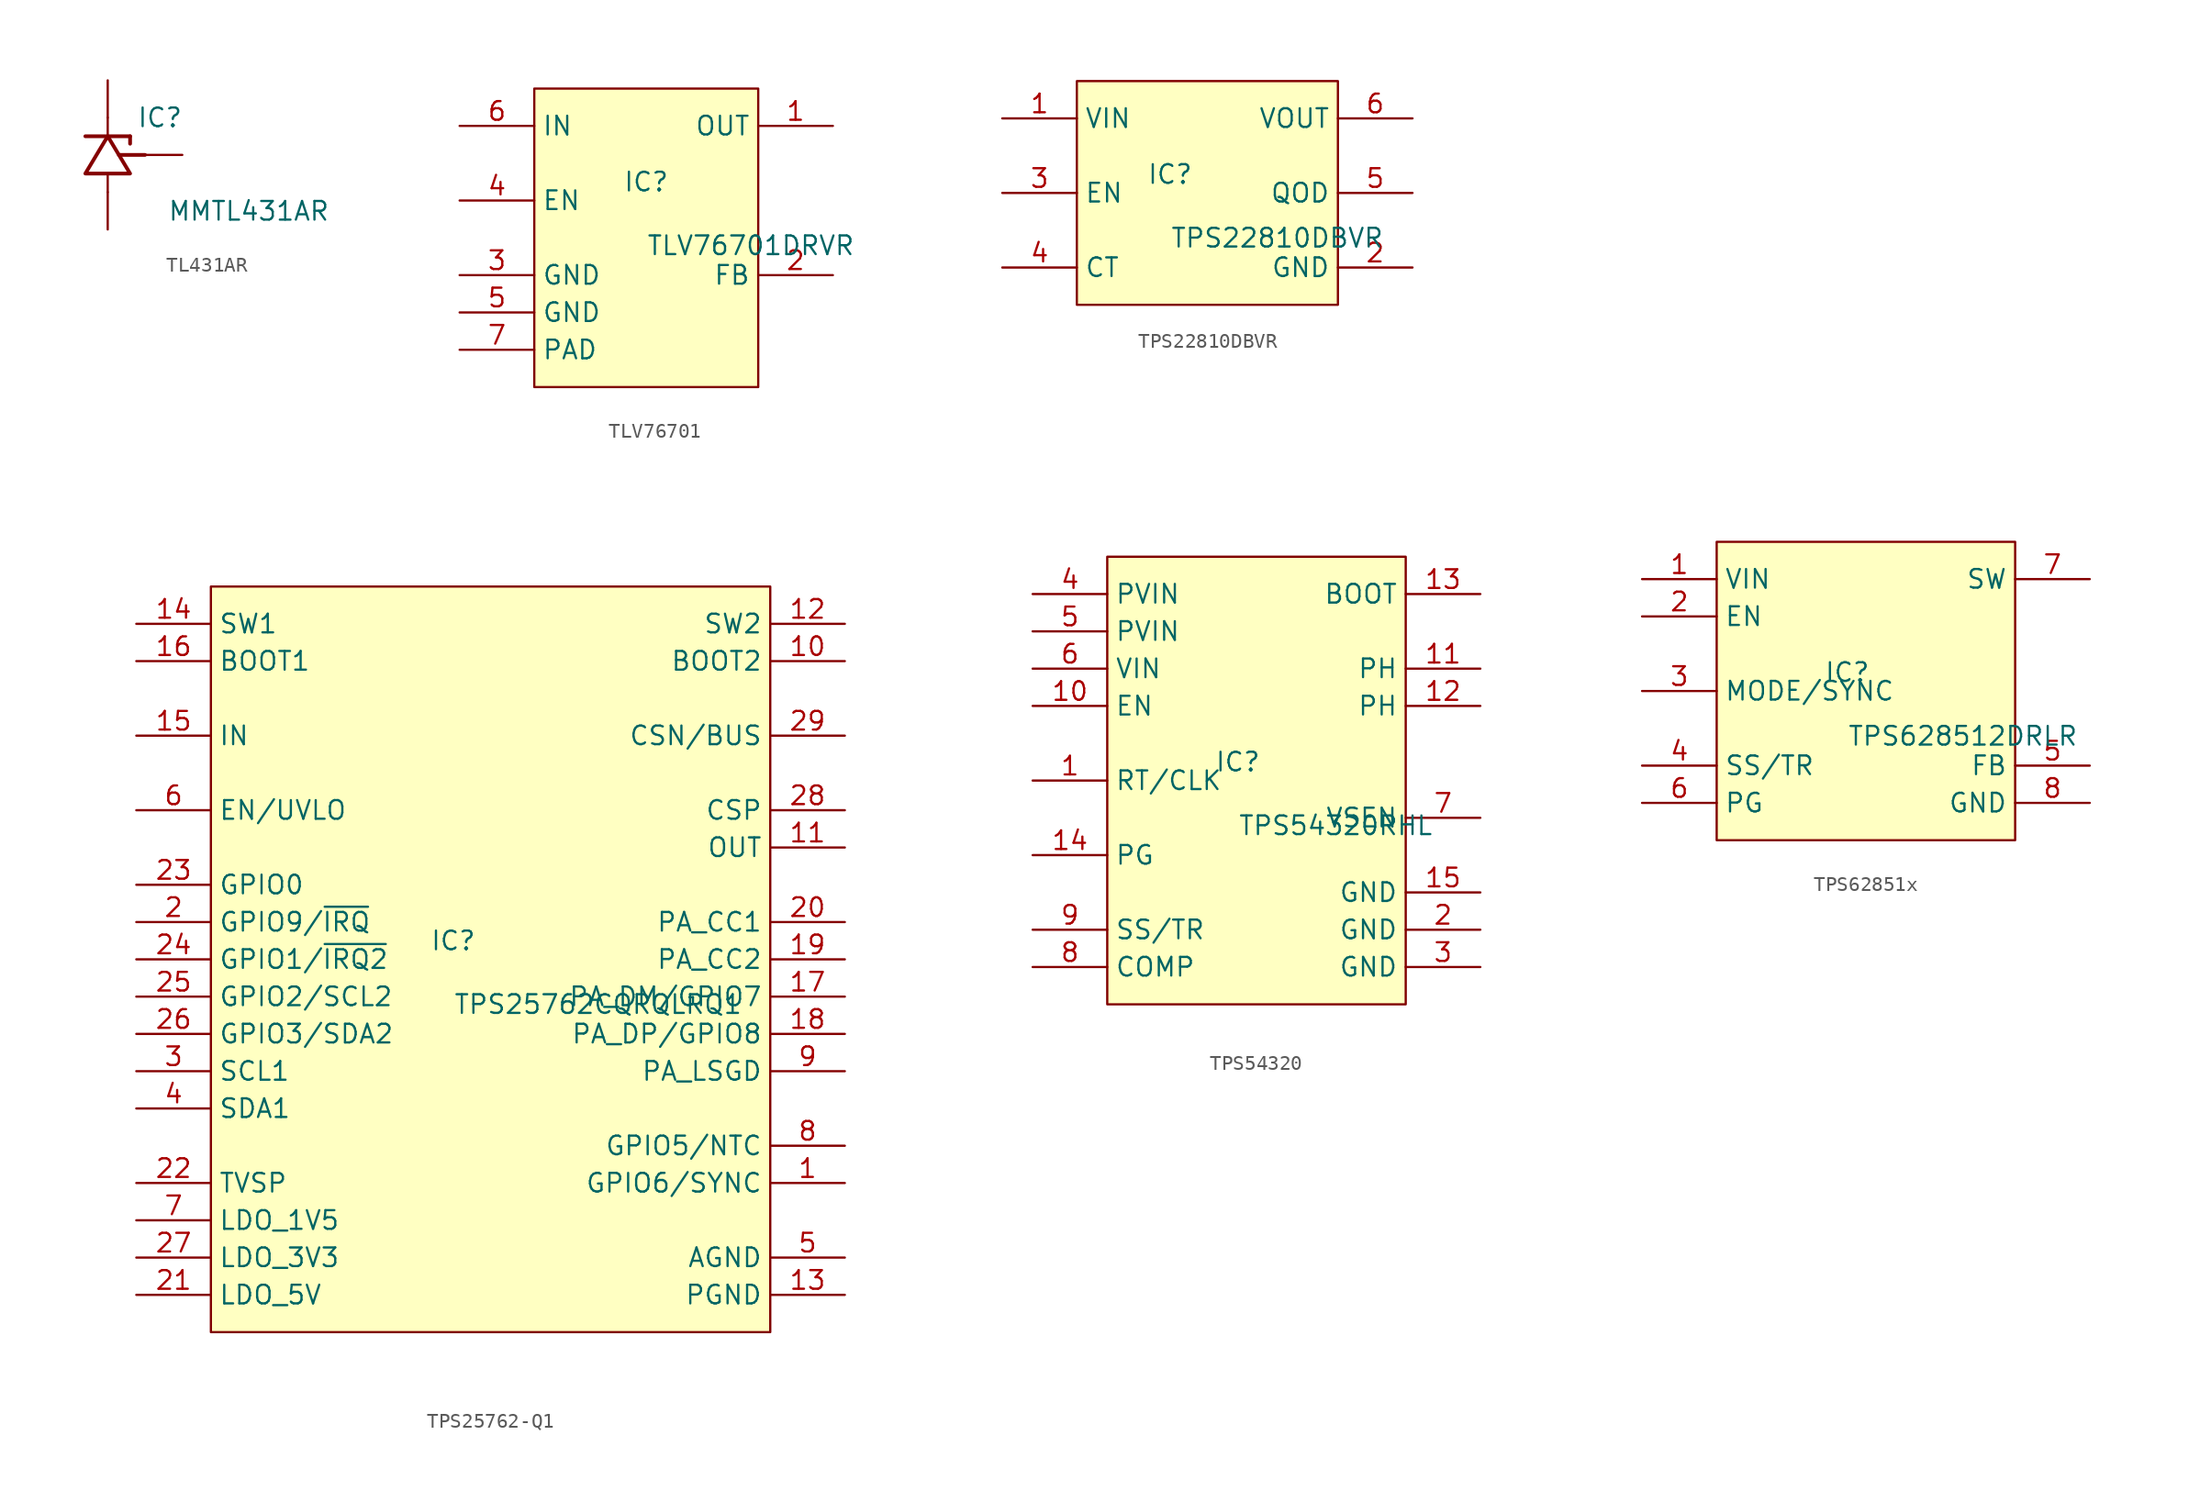
<source format=kicad_sym>
(kicad_symbol_lib
  (version 20231120)
  (generator "kicad_symbol_editor")
  (generator_version "8.0")
  (symbol "TL431AR"
    (property "Reference" "IC"
      (at 3.556 2.54 0)
      (effects (font (size 1.27 1.27))))
    (property "Value" "MMTL431AR"
      (at 4.064 -4.572 0)
      (effects (font (size 1.27 1.27)) (justify left bottom)))
    (symbol "TL431AR_1_0"
      (polyline (pts (xy -1.524 1.27) (xy 1.524 1.27)) (stroke (width 0.254) (type solid)) (fill (type none)))
      (polyline (pts (xy 0 -2.54) (xy 0 -1.27)) (stroke (width 0) (type solid)) (fill (type none)))
      (polyline (pts (xy 0 2.54) (xy 0 1.27)) (stroke (width 0) (type solid)) (fill (type none)))
      (polyline (pts (xy 1.524 1.27) (xy 1.524 0.762)) (stroke (width 0.254) (type solid)) (fill (type none)))
      (polyline (pts (xy 2.54 0) (xy 0.762 0)) (stroke (width 0.254) (type solid)) (fill (type none)))
      (polyline (pts (xy 1.524 -1.27) (xy -1.524 -1.27) (xy 0 1.27) (xy 1.524 -1.27)) (stroke (width 0.254) (type solid)) (fill (type none)))
      (pin passive line (at 0 5.08 270) (length 2.54) (name "K" (effects (font (size 0 0)))) (number "1" (effects (font (size 0 0)))))
      (pin passive line (at 5.08 0 180) (length 2.54) (name "R" (effects (font (size 0 0)))) (number "2" (effects (font (size 0 0)))))
      (pin passive line (at 0 -5.08 90) (length 2.54) (name "A" (effects (font (size 0 0)))) (number "3" (effects (font (size 0 0)))))))
  (symbol "TLV76701"
    (property "Reference" "IC"
      (at -1.27 1.27 0)
      (effects (font (size 1.27 1.27))))
    (property "Value" "TLV76701DRVR"
      (at -1.27 -3.81 0)
      (effects (font (size 1.27 1.27)) (justify left bottom)))
    (symbol "TLV76701_1_0"
      (rectangle (start -8.89 7.62) (end 6.35 -12.7) (stroke (width 0) (type solid) (color 128 0 0 1)) (fill (type background)))
      (pin passive line (at 11.43 5.08 180) (length 5.08) (name "OUT" (effects (font (size 1.27 1.27)))) (number "1" (effects (font (size 1.27 1.27)))))
      (pin passive line (at 11.43 -5.08 180) (length 5.08) (name "FB" (effects (font (size 1.27 1.27)))) (number "2" (effects (font (size 1.27 1.27)))))
      (pin passive line (at -13.97 -5.08 0) (length 5.08) (name "GND" (effects (font (size 1.27 1.27)))) (number "3" (effects (font (size 1.27 1.27)))))
      (pin input line (at -13.97 0 0) (length 5.08) (name "EN" (effects (font (size 1.27 1.27)))) (number "4" (effects (font (size 1.27 1.27)))))
      (pin passive line (at -13.97 -7.62 0) (length 5.08) (name "GND" (effects (font (size 1.27 1.27)))) (number "5" (effects (font (size 1.27 1.27)))))
      (pin passive line (at -13.97 5.08 0) (length 5.08) (name "IN" (effects (font (size 1.27 1.27)))) (number "6" (effects (font (size 1.27 1.27)))))
      (pin passive line (at -13.97 -10.16 0) (length 5.08) (name "PAD" (effects (font (size 1.27 1.27)))) (number "7" (effects (font (size 1.27 1.27)))))))
  (symbol "TPS22810DBVR"
    (property "Reference" "IC"
      (at -1.27 1.27 0)
      (effects (font (size 1.27 1.27))))
    (property "Value" "TPS22810DBVR"
      (at -1.27 -3.81 0)
      (effects (font (size 1.27 1.27)) (justify left bottom)))
    (symbol "TPS22810DBVR_1_0"
      (rectangle (start -7.62 7.62) (end 10.16 -7.62) (stroke (width 0) (type solid) (color 128 0 0 1)) (fill (type background)))
      (pin passive line (at -12.7 5.08 0) (length 5.08) (name "VIN" (effects (font (size 1.27 1.27)))) (number "1" (effects (font (size 1.27 1.27)))))
      (pin passive line (at 15.24 -5.08 180) (length 5.08) (name "GND" (effects (font (size 1.27 1.27)))) (number "2" (effects (font (size 1.27 1.27)))))
      (pin passive line (at -12.7 0 0) (length 5.08) (name "EN" (effects (font (size 1.27 1.27)))) (number "3" (effects (font (size 1.27 1.27)))))
      (pin passive line (at -12.7 -5.08 0) (length 5.08) (name "CT" (effects (font (size 1.27 1.27)))) (number "4" (effects (font (size 1.27 1.27)))))
      (pin passive line (at 15.24 0 180) (length 5.08) (name "QOD" (effects (font (size 1.27 1.27)))) (number "5" (effects (font (size 1.27 1.27)))))
      (pin passive line (at 15.24 5.08 180) (length 5.08) (name "VOUT" (effects (font (size 1.27 1.27)))) (number "6" (effects (font (size 1.27 1.27)))))))
  (symbol "TPS25762-Q1"
    (property "Reference" "IC"
      (at -1.27 1.27 0)
      (effects (font (size 1.27 1.27))))
    (property "Value" "TPS25762CQRQLRQ1"
      (at -1.27 -3.81 0)
      (effects (font (size 1.27 1.27)) (justify left bottom)))
    (symbol "TPS25762-Q1_1_0"
      (rectangle (start -17.78 25.4) (end 20.32 -25.4) (stroke (width 0) (type solid) (color 128 0 0 1)) (fill (type background)))
      (pin bidirectional line (at 25.4 -15.24 180) (length 5.08) (name "GPIO6/SYNC" (effects (font (size 1.27 1.27)))) (number "1" (effects (font (size 1.27 1.27)))))
      (pin passive line (at 25.4 20.32 180) (length 5.08) (name "BOOT2" (effects (font (size 1.27 1.27)))) (number "10" (effects (font (size 1.27 1.27)))))
      (pin passive line (at 25.4 7.62 180) (length 5.08) (name "OUT" (effects (font (size 1.27 1.27)))) (number "11" (effects (font (size 1.27 1.27)))))
      (pin passive line (at 25.4 22.86 180) (length 5.08) (name "SW2" (effects (font (size 1.27 1.27)))) (number "12" (effects (font (size 1.27 1.27)))))
      (pin passive line (at 25.4 -22.86 180) (length 5.08) (name "PGND" (effects (font (size 1.27 1.27)))) (number "13" (effects (font (size 1.27 1.27)))))
      (pin passive line (at -22.86 22.86 0) (length 5.08) (name "SW1" (effects (font (size 1.27 1.27)))) (number "14" (effects (font (size 1.27 1.27)))))
      (pin passive line (at -22.86 15.24 0) (length 5.08) (name "IN" (effects (font (size 1.27 1.27)))) (number "15" (effects (font (size 1.27 1.27)))))
      (pin passive line (at -22.86 20.32 0) (length 5.08) (name "BOOT1" (effects (font (size 1.27 1.27)))) (number "16" (effects (font (size 1.27 1.27)))))
      (pin bidirectional line (at 25.4 -2.54 180) (length 5.08) (name "PA_DM/GPIO7" (effects (font (size 1.27 1.27)))) (number "17" (effects (font (size 1.27 1.27)))))
      (pin bidirectional line (at 25.4 -5.08 180) (length 5.08) (name "PA_DP/GPIO8" (effects (font (size 1.27 1.27)))) (number "18" (effects (font (size 1.27 1.27)))))
      (pin passive line (at 25.4 0 180) (length 5.08) (name "PA_CC2" (effects (font (size 1.27 1.27)))) (number "19" (effects (font (size 1.27 1.27)))))
      (pin bidirectional line (at -22.86 2.54 0) (length 5.08) (name "GPIO9/~{IRQ}" (effects (font (size 1.27 1.27)))) (number "2" (effects (font (size 1.27 1.27)))))
      (pin passive line (at 25.4 2.54 180) (length 5.08) (name "PA_CC1" (effects (font (size 1.27 1.27)))) (number "20" (effects (font (size 1.27 1.27)))))
      (pin passive line (at -22.86 -22.86 0) (length 5.08) (name "LDO_5V" (effects (font (size 1.27 1.27)))) (number "21" (effects (font (size 1.27 1.27)))))
      (pin passive line (at -22.86 -15.24 0) (length 5.08) (name "TVSP" (effects (font (size 1.27 1.27)))) (number "22" (effects (font (size 1.27 1.27)))))
      (pin bidirectional line (at -22.86 5.08 0) (length 5.08) (name "GPIO0" (effects (font (size 1.27 1.27)))) (number "23" (effects (font (size 1.27 1.27)))))
      (pin bidirectional line (at -22.86 0 0) (length 5.08) (name "GPIO1/~{IRQ2}" (effects (font (size 1.27 1.27)))) (number "24" (effects (font (size 1.27 1.27)))))
      (pin bidirectional line (at -22.86 -2.54 0) (length 5.08) (name "GPIO2/SCL2" (effects (font (size 1.27 1.27)))) (number "25" (effects (font (size 1.27 1.27)))))
      (pin bidirectional line (at -22.86 -5.08 0) (length 5.08) (name "GPIO3/SDA2" (effects (font (size 1.27 1.27)))) (number "26" (effects (font (size 1.27 1.27)))))
      (pin passive line (at -22.86 -20.32 0) (length 5.08) (name "LDO_3V3" (effects (font (size 1.27 1.27)))) (number "27" (effects (font (size 1.27 1.27)))))
      (pin passive line (at 25.4 10.16 180) (length 5.08) (name "CSP" (effects (font (size 1.27 1.27)))) (number "28" (effects (font (size 1.27 1.27)))))
      (pin passive line (at 25.4 15.24 180) (length 5.08) (name "CSN/BUS" (effects (font (size 1.27 1.27)))) (number "29" (effects (font (size 1.27 1.27)))))
      (pin bidirectional line (at -22.86 -7.62 0) (length 5.08) (name "SCL1" (effects (font (size 1.27 1.27)))) (number "3" (effects (font (size 1.27 1.27)))))
      (pin bidirectional line (at -22.86 -10.16 0) (length 5.08) (name "SDA1" (effects (font (size 1.27 1.27)))) (number "4" (effects (font (size 1.27 1.27)))))
      (pin passive line (at 25.4 -20.32 180) (length 5.08) (name "AGND" (effects (font (size 1.27 1.27)))) (number "5" (effects (font (size 1.27 1.27)))))
      (pin input line (at -22.86 10.16 0) (length 5.08) (name "EN/UVLO" (effects (font (size 1.27 1.27)))) (number "6" (effects (font (size 1.27 1.27)))))
      (pin passive line (at -22.86 -17.78 0) (length 5.08) (name "LDO_1V5" (effects (font (size 1.27 1.27)))) (number "7" (effects (font (size 1.27 1.27)))))
      (pin bidirectional line (at 25.4 -12.7 180) (length 5.08) (name "GPIO5/NTC" (effects (font (size 1.27 1.27)))) (number "8" (effects (font (size 1.27 1.27)))))
      (pin passive line (at 25.4 -7.62 180) (length 5.08) (name "PA_LSGD" (effects (font (size 1.27 1.27)))) (number "9" (effects (font (size 1.27 1.27)))))))
  (symbol "TPS54320"
    (property "Reference" "IC"
      (at -1.27 1.27 0)
      (effects (font (size 1.27 1.27))))
    (property "Value" "TPS54320RHL"
      (at -1.27 -3.81 0)
      (effects (font (size 1.27 1.27)) (justify left bottom)))
    (symbol "TPS54320_1_0"
      (rectangle (start -10.16 15.24) (end 10.16 -15.24) (stroke (width 0) (type solid) (color 128 0 0 1)) (fill (type background)))
      (pin passive line (at -15.24 0 0) (length 5.08) (name "RT/CLK" (effects (font (size 1.27 1.27)))) (number "1" (effects (font (size 1.27 1.27)))))
      (pin passive line (at -15.24 5.08 0) (length 5.08) (name "EN" (effects (font (size 1.27 1.27)))) (number "10" (effects (font (size 1.27 1.27)))))
      (pin passive line (at 15.24 7.62 180) (length 5.08) (name "PH" (effects (font (size 1.27 1.27)))) (number "11" (effects (font (size 1.27 1.27)))))
      (pin passive line (at 15.24 5.08 180) (length 5.08) (name "PH" (effects (font (size 1.27 1.27)))) (number "12" (effects (font (size 1.27 1.27)))))
      (pin passive line (at 15.24 12.7 180) (length 5.08) (name "BOOT" (effects (font (size 1.27 1.27)))) (number "13" (effects (font (size 1.27 1.27)))))
      (pin output line (at -15.24 -5.08 0) (length 5.08) (name "PG" (effects (font (size 1.27 1.27)))) (number "14" (effects (font (size 1.27 1.27)))))
      (pin passive line (at 15.24 -7.62 180) (length 5.08) (name "GND" (effects (font (size 1.27 1.27)))) (number "15" (effects (font (size 1.27 1.27)))))
      (pin passive line (at 15.24 -10.16 180) (length 5.08) (name "GND" (effects (font (size 1.27 1.27)))) (number "2" (effects (font (size 1.27 1.27)))))
      (pin passive line (at 15.24 -12.7 180) (length 5.08) (name "GND" (effects (font (size 1.27 1.27)))) (number "3" (effects (font (size 1.27 1.27)))))
      (pin passive line (at -15.24 12.7 0) (length 5.08) (name "PVIN" (effects (font (size 1.27 1.27)))) (number "4" (effects (font (size 1.27 1.27)))))
      (pin passive line (at -15.24 10.16 0) (length 5.08) (name "PVIN" (effects (font (size 1.27 1.27)))) (number "5" (effects (font (size 1.27 1.27)))))
      (pin passive line (at -15.24 7.62 0) (length 5.08) (name "VIN" (effects (font (size 1.27 1.27)))) (number "6" (effects (font (size 1.27 1.27)))))
      (pin passive line (at 15.24 -2.54 180) (length 5.08) (name "VSEN" (effects (font (size 1.27 1.27)))) (number "7" (effects (font (size 1.27 1.27)))))
      (pin passive line (at -15.24 -12.7 0) (length 5.08) (name "COMP" (effects (font (size 1.27 1.27)))) (number "8" (effects (font (size 1.27 1.27)))))
      (pin passive line (at -15.24 -10.16 0) (length 5.08) (name "SS/TR" (effects (font (size 1.27 1.27)))) (number "9" (effects (font (size 1.27 1.27)))))))
  (symbol "TPS62851x"
    (property "Reference" "IC"
      (at -1.27 1.27 0)
      (effects (font (size 1.27 1.27))))
    (property "Value" "TPS628512DRLR"
      (at -1.27 -3.81 0)
      (effects (font (size 1.27 1.27)) (justify left bottom)))
    (symbol "TPS62851x_1_0"
      (rectangle (start -10.16 10.16) (end 10.16 -10.16) (stroke (width 0) (type solid) (color 128 0 0 1)) (fill (type background)))
      (pin passive line (at -15.24 7.62 0) (length 5.08) (name "VIN" (effects (font (size 1.27 1.27)))) (number "1" (effects (font (size 1.27 1.27)))))
      (pin passive line (at -15.24 5.08 0) (length 5.08) (name "EN" (effects (font (size 1.27 1.27)))) (number "2" (effects (font (size 1.27 1.27)))))
      (pin passive line (at -15.24 0 0) (length 5.08) (name "MODE/SYNC" (effects (font (size 1.27 1.27)))) (number "3" (effects (font (size 1.27 1.27)))))
      (pin passive line (at -15.24 -5.08 0) (length 5.08) (name "SS/TR" (effects (font (size 1.27 1.27)))) (number "4" (effects (font (size 1.27 1.27)))))
      (pin passive line (at 15.24 -5.08 180) (length 5.08) (name "FB" (effects (font (size 1.27 1.27)))) (number "5" (effects (font (size 1.27 1.27)))))
      (pin passive line (at -15.24 -7.62 0) (length 5.08) (name "PG" (effects (font (size 1.27 1.27)))) (number "6" (effects (font (size 1.27 1.27)))))
      (pin passive line (at 15.24 7.62 180) (length 5.08) (name "SW" (effects (font (size 1.27 1.27)))) (number "7" (effects (font (size 1.27 1.27)))))
      (pin passive line (at 15.24 -7.62 180) (length 5.08) (name "GND" (effects (font (size 1.27 1.27)))) (number "8" (effects (font (size 1.27 1.27))))))))
</source>
